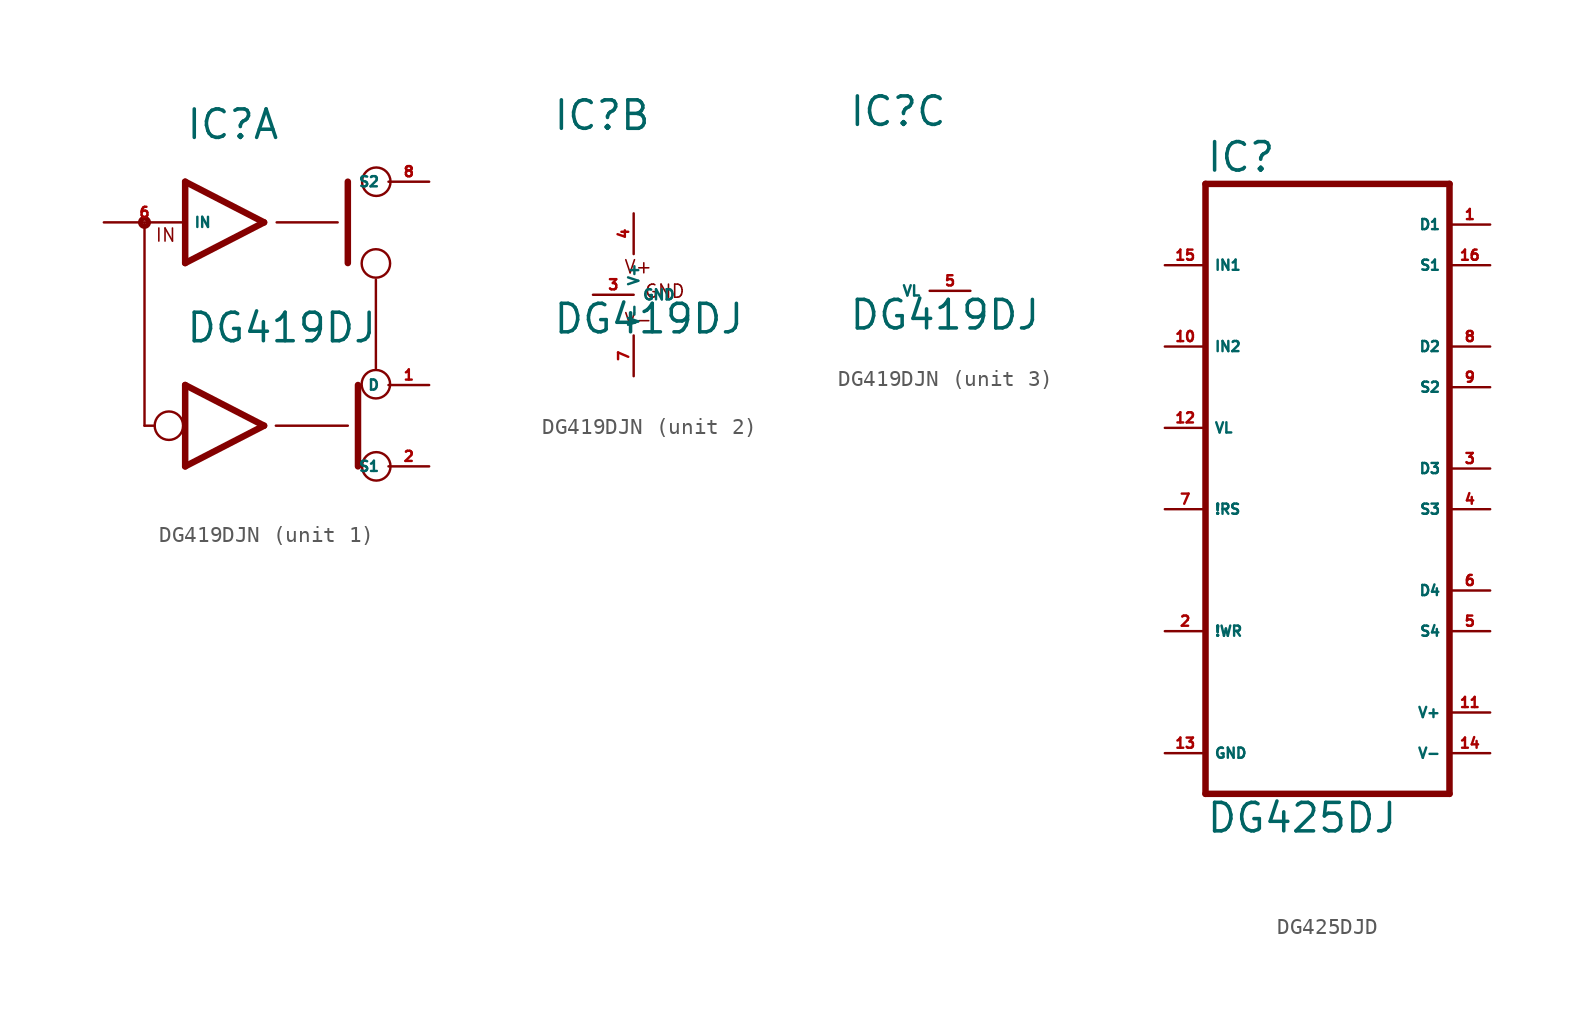
<source format=kicad_sym>
(kicad_symbol_lib
  (version 20220914)
  (generator Eagle2Kicad)
  (symbol "DG419DJN"
    (property "Reference" "IC"
      (at -5.08 10.16 0)
      (effects (font (size 1.778 1.778) (thickness 0.22)) (justify left bottom)))
    (property "Value" "DG419DJ"
      (at -5.08 -2.54 0)
      (effects (font (size 1.778 1.778) (thickness 0.22)) (justify left bottom)))
    (symbol "DG419DJN_1_0"
      (polyline (pts (xy -0.152 5.08) (xy -5.08 7.62)) (stroke (width 0.406) (type default)) (fill (type none)))
      (polyline (pts (xy -5.08 2.54) (xy -0.152 5.08)) (stroke (width 0.406) (type default)) (fill (type none)))
      (polyline (pts (xy -5.08 7.62) (xy -5.08 2.54)) (stroke (width 0.406) (type default)) (fill (type none)))
      (polyline (pts (xy 5.08 2.54) (xy 5.08 7.62)) (stroke (width 0.406) (type default)) (fill (type none)))
      (polyline (pts (xy 0.635 5.08) (xy 4.445 5.08)) (stroke (width 0.152) (type default)) (fill (type none)))
      (polyline (pts (xy 5.715 -10.16) (xy 5.715 -5.08)) (stroke (width 0.406) (type default)) (fill (type none)))
      (polyline (pts (xy -5.08 -10.16) (xy -0.152 -7.62)) (stroke (width 0.406) (type default)) (fill (type none)))
      (polyline (pts (xy -0.152 -7.62) (xy -5.08 -5.08)) (stroke (width 0.406) (type default)) (fill (type none)))
      (polyline (pts (xy 0.584 -7.62) (xy 5.08 -7.62)) (stroke (width 0.152) (type default)) (fill (type none)))
      (polyline (pts (xy -5.08 -5.08) (xy -5.08 -10.16)) (stroke (width 0.406) (type default)) (fill (type none)))
      (polyline (pts (xy -7.62 4.978) (xy -7.62 -7.62)) (stroke (width 0.152) (type default)) (fill (type none)))
      (polyline (pts (xy -7.62 -7.62) (xy -6.985 -7.62)) (stroke (width 0.152) (type default)) (fill (type none)))
      (polyline (pts (xy 6.833 1.499) (xy 6.833 -4.039)) (stroke (width 0.152) (type default)) (fill (type none)))
      (text "IN" (at -6.985 3.81 0) (effects (font (size 0.813 0.813) (thickness 0.10)) (justify left bottom)))
      (circle (center 6.833 2.515) (radius 0.889) (stroke (width 0.152) (type default)) (fill (type none)))
      (circle (center 6.858 7.62) (radius 0.889) (stroke (width 0.152) (type default)) (fill (type none)))
      (circle (center 6.833 -5.029) (radius 0.889) (stroke (width 0.152) (type default)) (fill (type none)))
      (circle (center 6.858 -10.16) (radius 0.889) (stroke (width 0.152) (type default)) (fill (type none)))
      (circle (center -6.096 -7.62) (radius 0.889) (stroke (width 0.152) (type default)) (fill (type none)))
      (circle (center -7.62 5.08) (radius 0.254) (stroke (width 0.305) (type default)) (fill (type none)))
      (pin bidirectional line (at 10.16 -5.08 180) (length 2.54) (name "D" (effects (font (size 0.635 0.635) (thickness 0.08)) (justify left bottom))) (number "1" (effects (font (size 0.635 0.635) (thickness 0.08)) (justify left bottom))))
      (pin input line (at -10.16 5.08 0) (length 5.08) (name "IN" (effects (font (size 0.635 0.635) (thickness 0.08)) (justify left bottom))) (number "6" (effects (font (size 0.635 0.635) (thickness 0.08)) (justify left bottom))))
      (pin bidirectional line (at 10.16 -10.16 180) (length 2.54) (name "S1" (effects (font (size 0.635 0.635) (thickness 0.08)) (justify left bottom))) (number "2" (effects (font (size 0.635 0.635) (thickness 0.08)) (justify left bottom))))
      (pin bidirectional line (at 10.16 7.62 180) (length 2.54) (name "S2" (effects (font (size 0.635 0.635) (thickness 0.08)) (justify left bottom))) (number "8" (effects (font (size 0.635 0.635) (thickness 0.08)) (justify left bottom)))))
    (symbol "DG419DJN_2_0"
      (text "V+" (at -0.635 1.27 0) (effects (font (size 0.813 0.813) (thickness 0.10)) (justify left bottom)))
      (text "V-" (at -0.635 -2.032 0) (effects (font (size 0.813 0.813) (thickness 0.10)) (justify left bottom)))
      (text "GND" (at 0.635 -0.254 0) (effects (font (size 0.813 0.813) (thickness 0.10)) (justify left bottom)))
      (pin unspecified line (at 0 5.08 270) (length 2.54) (name "V+" (effects (font (size 0.635 0.635) (thickness 0.08)) (justify left bottom))) (number "4" (effects (font (size 0.635 0.635) (thickness 0.08)) (justify left bottom))))
      (pin unspecified line (at 0 -5.08 90) (length 2.54) (name "V-" (effects (font (size 0.635 0.635) (thickness 0.08)) (justify left bottom))) (number "7" (effects (font (size 0.635 0.635) (thickness 0.08)) (justify left bottom))))
      (pin unspecified line (at -2.54 0 0) (length 2.54) (name "GND" (effects (font (size 0.635 0.635) (thickness 0.08)) (justify left bottom))) (number "3" (effects (font (size 0.635 0.635) (thickness 0.08)) (justify left bottom)))))
    (symbol "DG419DJN_3_0"
      (pin input line (at 2.54 0 180) (length 2.54) (name "VL" (effects (font (size 0.635 0.635) (thickness 0.08)) (justify left bottom))) (number "5" (effects (font (size 0.635 0.635) (thickness 0.08)) (justify left bottom))))))
  (symbol "DG425DJD"
    (property "Reference" "IC"
      (at -7.62 18.415 0)
      (effects (font (size 1.778 1.778) (thickness 0.22)) (justify left bottom)))
    (property "Value" "DG425DJ"
      (at -7.62 -22.86 0)
      (effects (font (size 1.778 1.778) (thickness 0.22)) (justify left bottom)))
    (polyline
      (pts (xy -7.62 -20.32) (xy 7.62 -20.32))
      (stroke (width 0.406) (type default))
      (fill (type none)))
    (polyline
      (pts (xy 7.62 -20.32) (xy 7.62 17.78))
      (stroke (width 0.406) (type default))
      (fill (type none)))
    (polyline
      (pts (xy 7.62 17.78) (xy -7.62 17.78))
      (stroke (width 0.406) (type default))
      (fill (type none)))
    (polyline
      (pts (xy -7.62 17.78) (xy -7.62 -20.32))
      (stroke (width 0.406) (type default))
      (fill (type none)))
    (pin input line
      (at -10.16 12.7 0)
      (length 2.54)
      (name "IN1" (effects (font (size 0.635 0.635) (thickness 0.08)) (justify left bottom)))
      (number "15" (effects (font (size 0.635 0.635) (thickness 0.08)) (justify left bottom))))
    (pin bidirectional line
      (at 10.16 15.24 180)
      (length 2.54)
      (name "D1" (effects (font (size 0.635 0.635) (thickness 0.08)) (justify left bottom)))
      (number "1" (effects (font (size 0.635 0.635) (thickness 0.08)) (justify left bottom))))
    (pin input line
      (at -10.16 2.54 0)
      (length 2.54)
      (name "VL" (effects (font (size 0.635 0.635) (thickness 0.08)) (justify left bottom)))
      (number "12" (effects (font (size 0.635 0.635) (thickness 0.08)) (justify left bottom))))
    (pin bidirectional line
      (at 10.16 12.7 180)
      (length 2.54)
      (name "S1" (effects (font (size 0.635 0.635) (thickness 0.08)) (justify left bottom)))
      (number "16" (effects (font (size 0.635 0.635) (thickness 0.08)) (justify left bottom))))
    (pin input line
      (at -10.16 7.62 0)
      (length 2.54)
      (name "IN2" (effects (font (size 0.635 0.635) (thickness 0.08)) (justify left bottom)))
      (number "10" (effects (font (size 0.635 0.635) (thickness 0.08)) (justify left bottom))))
    (pin input line
      (at -10.16 -2.54 0)
      (length 2.54)
      (name "!RS" (effects (font (size 0.635 0.635) (thickness 0.08)) (justify left bottom)))
      (number "7" (effects (font (size 0.635 0.635) (thickness 0.08)) (justify left bottom))))
    (pin input line
      (at -10.16 -10.16 0)
      (length 2.54)
      (name "!WR" (effects (font (size 0.635 0.635) (thickness 0.08)) (justify left bottom)))
      (number "2" (effects (font (size 0.635 0.635) (thickness 0.08)) (justify left bottom))))
    (pin bidirectional line
      (at 10.16 7.62 180)
      (length 2.54)
      (name "D2" (effects (font (size 0.635 0.635) (thickness 0.08)) (justify left bottom)))
      (number "8" (effects (font (size 0.635 0.635) (thickness 0.08)) (justify left bottom))))
    (pin bidirectional line
      (at 10.16 5.08 180)
      (length 2.54)
      (name "S2" (effects (font (size 0.635 0.635) (thickness 0.08)) (justify left bottom)))
      (number "9" (effects (font (size 0.635 0.635) (thickness 0.08)) (justify left bottom))))
    (pin bidirectional line
      (at 10.16 0 180)
      (length 2.54)
      (name "D3" (effects (font (size 0.635 0.635) (thickness 0.08)) (justify left bottom)))
      (number "3" (effects (font (size 0.635 0.635) (thickness 0.08)) (justify left bottom))))
    (pin bidirectional line
      (at 10.16 -2.54 180)
      (length 2.54)
      (name "S3" (effects (font (size 0.635 0.635) (thickness 0.08)) (justify left bottom)))
      (number "4" (effects (font (size 0.635 0.635) (thickness 0.08)) (justify left bottom))))
    (pin bidirectional line
      (at 10.16 -7.62 180)
      (length 2.54)
      (name "D4" (effects (font (size 0.635 0.635) (thickness 0.08)) (justify left bottom)))
      (number "6" (effects (font (size 0.635 0.635) (thickness 0.08)) (justify left bottom))))
    (pin bidirectional line
      (at 10.16 -10.16 180)
      (length 2.54)
      (name "S4" (effects (font (size 0.635 0.635) (thickness 0.08)) (justify left bottom)))
      (number "5" (effects (font (size 0.635 0.635) (thickness 0.08)) (justify left bottom))))
    (pin unspecified line
      (at 10.16 -15.24 180)
      (length 2.54)
      (name "V+" (effects (font (size 0.635 0.635) (thickness 0.08)) (justify left bottom)))
      (number "11" (effects (font (size 0.635 0.635) (thickness 0.08)) (justify left bottom))))
    (pin unspecified line
      (at 10.16 -17.78 180)
      (length 2.54)
      (name "V-" (effects (font (size 0.635 0.635) (thickness 0.08)) (justify left bottom)))
      (number "14" (effects (font (size 0.635 0.635) (thickness 0.08)) (justify left bottom))))
    (pin unspecified line
      (at -10.16 -17.78 0)
      (length 2.54)
      (name "GND" (effects (font (size 0.635 0.635) (thickness 0.08)) (justify left bottom)))
      (number "13" (effects (font (size 0.635 0.635) (thickness 0.08)) (justify left bottom))))))
</source>
